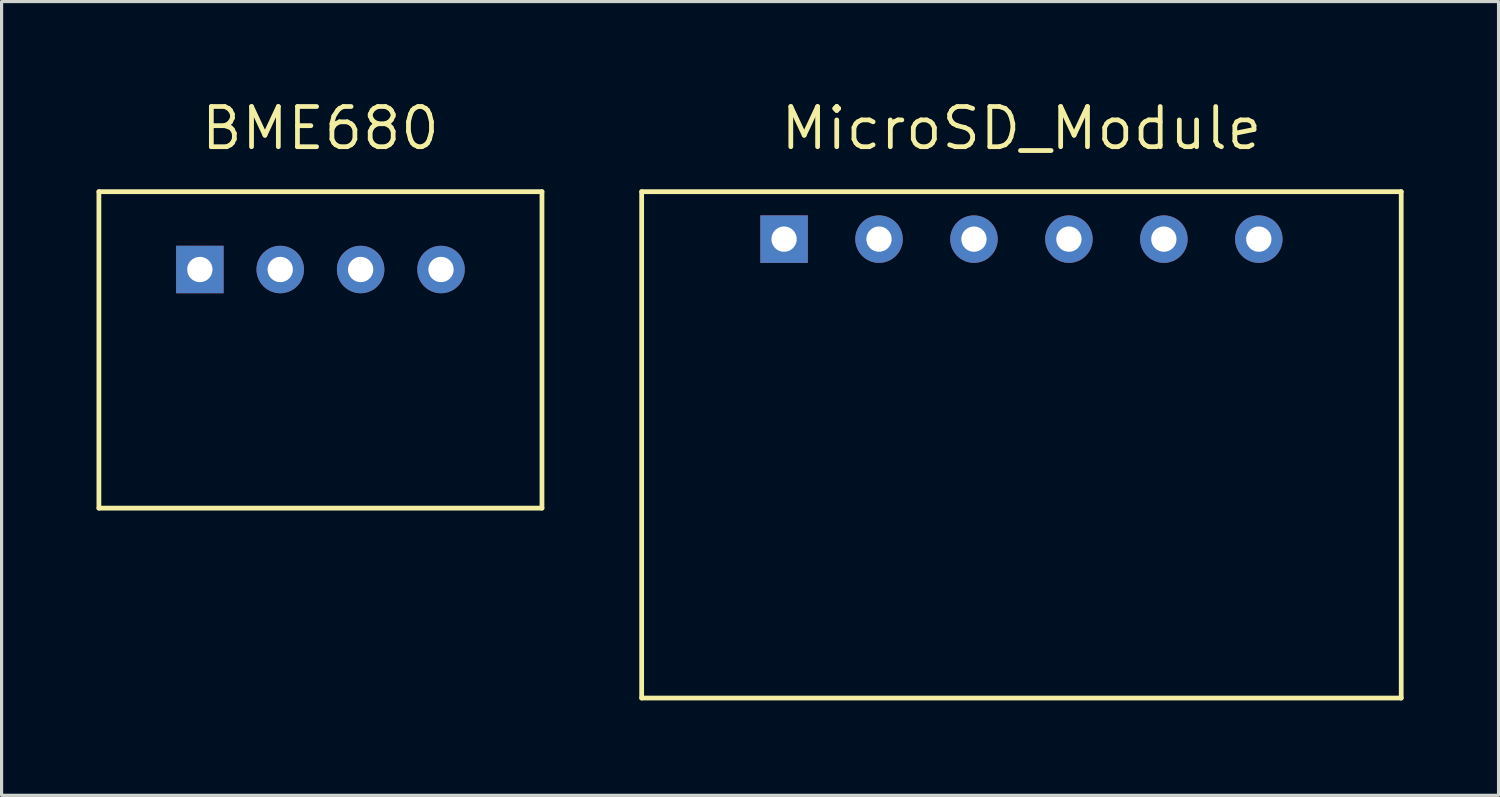
<source format=kicad_pcb>
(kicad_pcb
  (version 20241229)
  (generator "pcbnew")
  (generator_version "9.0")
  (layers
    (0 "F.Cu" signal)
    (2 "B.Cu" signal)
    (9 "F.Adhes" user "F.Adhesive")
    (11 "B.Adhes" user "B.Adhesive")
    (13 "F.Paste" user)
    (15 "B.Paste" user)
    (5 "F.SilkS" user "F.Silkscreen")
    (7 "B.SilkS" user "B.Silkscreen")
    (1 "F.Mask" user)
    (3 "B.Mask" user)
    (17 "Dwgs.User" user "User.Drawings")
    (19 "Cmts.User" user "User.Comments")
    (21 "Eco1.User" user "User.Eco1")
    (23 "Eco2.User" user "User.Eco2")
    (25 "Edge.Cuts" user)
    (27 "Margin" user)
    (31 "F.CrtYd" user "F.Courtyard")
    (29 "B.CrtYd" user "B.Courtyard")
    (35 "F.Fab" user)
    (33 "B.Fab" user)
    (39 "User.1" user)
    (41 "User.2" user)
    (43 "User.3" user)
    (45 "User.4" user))
  (footprint "MicroSD_Module"
    (layer "F.Cu")
    (at 29.225 11.006)
    (property "Reference" "MicroSD_Module" (at 0 -10 0) (layer "F.SilkS") (effects (font (size 1.27 1.27) (thickness 0.15))))
    (attr through_hole)
    (fp_line (start -12 -8) (end 12 -8) (stroke (width 0.15) (type solid)) (layer "F.SilkS"))
    (fp_line (start -12 8) (end -12 -8) (stroke (width 0.15) (type solid)) (layer "F.SilkS"))
    (fp_line (start 12 -8) (end 12 8) (stroke (width 0.15) (type solid)) (layer "F.SilkS"))
    (fp_line (start 12 8) (end -12 8) (stroke (width 0.15) (type solid)) (layer "F.SilkS"))
    (pad "1" thru_hole rect (at -7.5 -6.5) (size 1.5 1.5) (drill 0.8) (layers "*.Cu" "*.Mask"))
    (pad "2" thru_hole circle (at -4.5 -6.5) (size 1.5 1.5) (drill 0.8) (layers "*.Cu" "*.Mask"))
    (pad "3" thru_hole circle (at -1.5 -6.5) (size 1.5 1.5) (drill 0.8) (layers "*.Cu" "*.Mask"))
    (pad "4" thru_hole circle (at 1.5 -6.5) (size 1.5 1.5) (drill 0.8) (layers "*.Cu" "*.Mask"))
    (pad "5" thru_hole circle (at 4.5 -6.5) (size 1.5 1.5) (drill 0.8) (layers "*.Cu" "*.Mask"))
    (pad "6" thru_hole circle (at 7.5 -6.5) (size 1.5 1.5) (drill 0.8) (layers "*.Cu" "*.Mask")))
  (footprint "BME680"
    (layer "F.Cu")
    (at 7.075 8.006)
    (property "Reference" "BME680" (at 0 -7 0) (layer "F.SilkS") (effects (font (size 1.27 1.27) (thickness 0.15))))
    (attr through_hole)
    (fp_line (start -7 -5) (end 7 -5) (stroke (width 0.15) (type solid)) (layer "F.SilkS"))
    (fp_line (start -7 5) (end -7 -5) (stroke (width 0.15) (type solid)) (layer "F.SilkS"))
    (fp_line (start 7 -5) (end 7 5) (stroke (width 0.15) (type solid)) (layer "F.SilkS"))
    (fp_line (start 7 5) (end -7 5) (stroke (width 0.15) (type solid)) (layer "F.SilkS"))
    (pad "1" thru_hole rect (at -3.81 -2.54) (size 1.5 1.5) (drill 0.8) (layers "*.Cu" "*.Mask"))
    (pad "2" thru_hole circle (at -1.27 -2.54) (size 1.5 1.5) (drill 0.8) (layers "*.Cu" "*.Mask"))
    (pad "3" thru_hole circle (at 1.27 -2.54) (size 1.5 1.5) (drill 0.8) (layers "*.Cu" "*.Mask"))
    (pad "4" thru_hole circle (at 3.81 -2.54) (size 1.5 1.5) (drill 0.8) (layers "*.Cu" "*.Mask")))
  (gr_rect
    (start -3 -3)
    (end 44.3 22.081)
    (stroke (width 0.1) (type default))
    (fill no)
    (layer "Edge.Cuts")))
</source>
